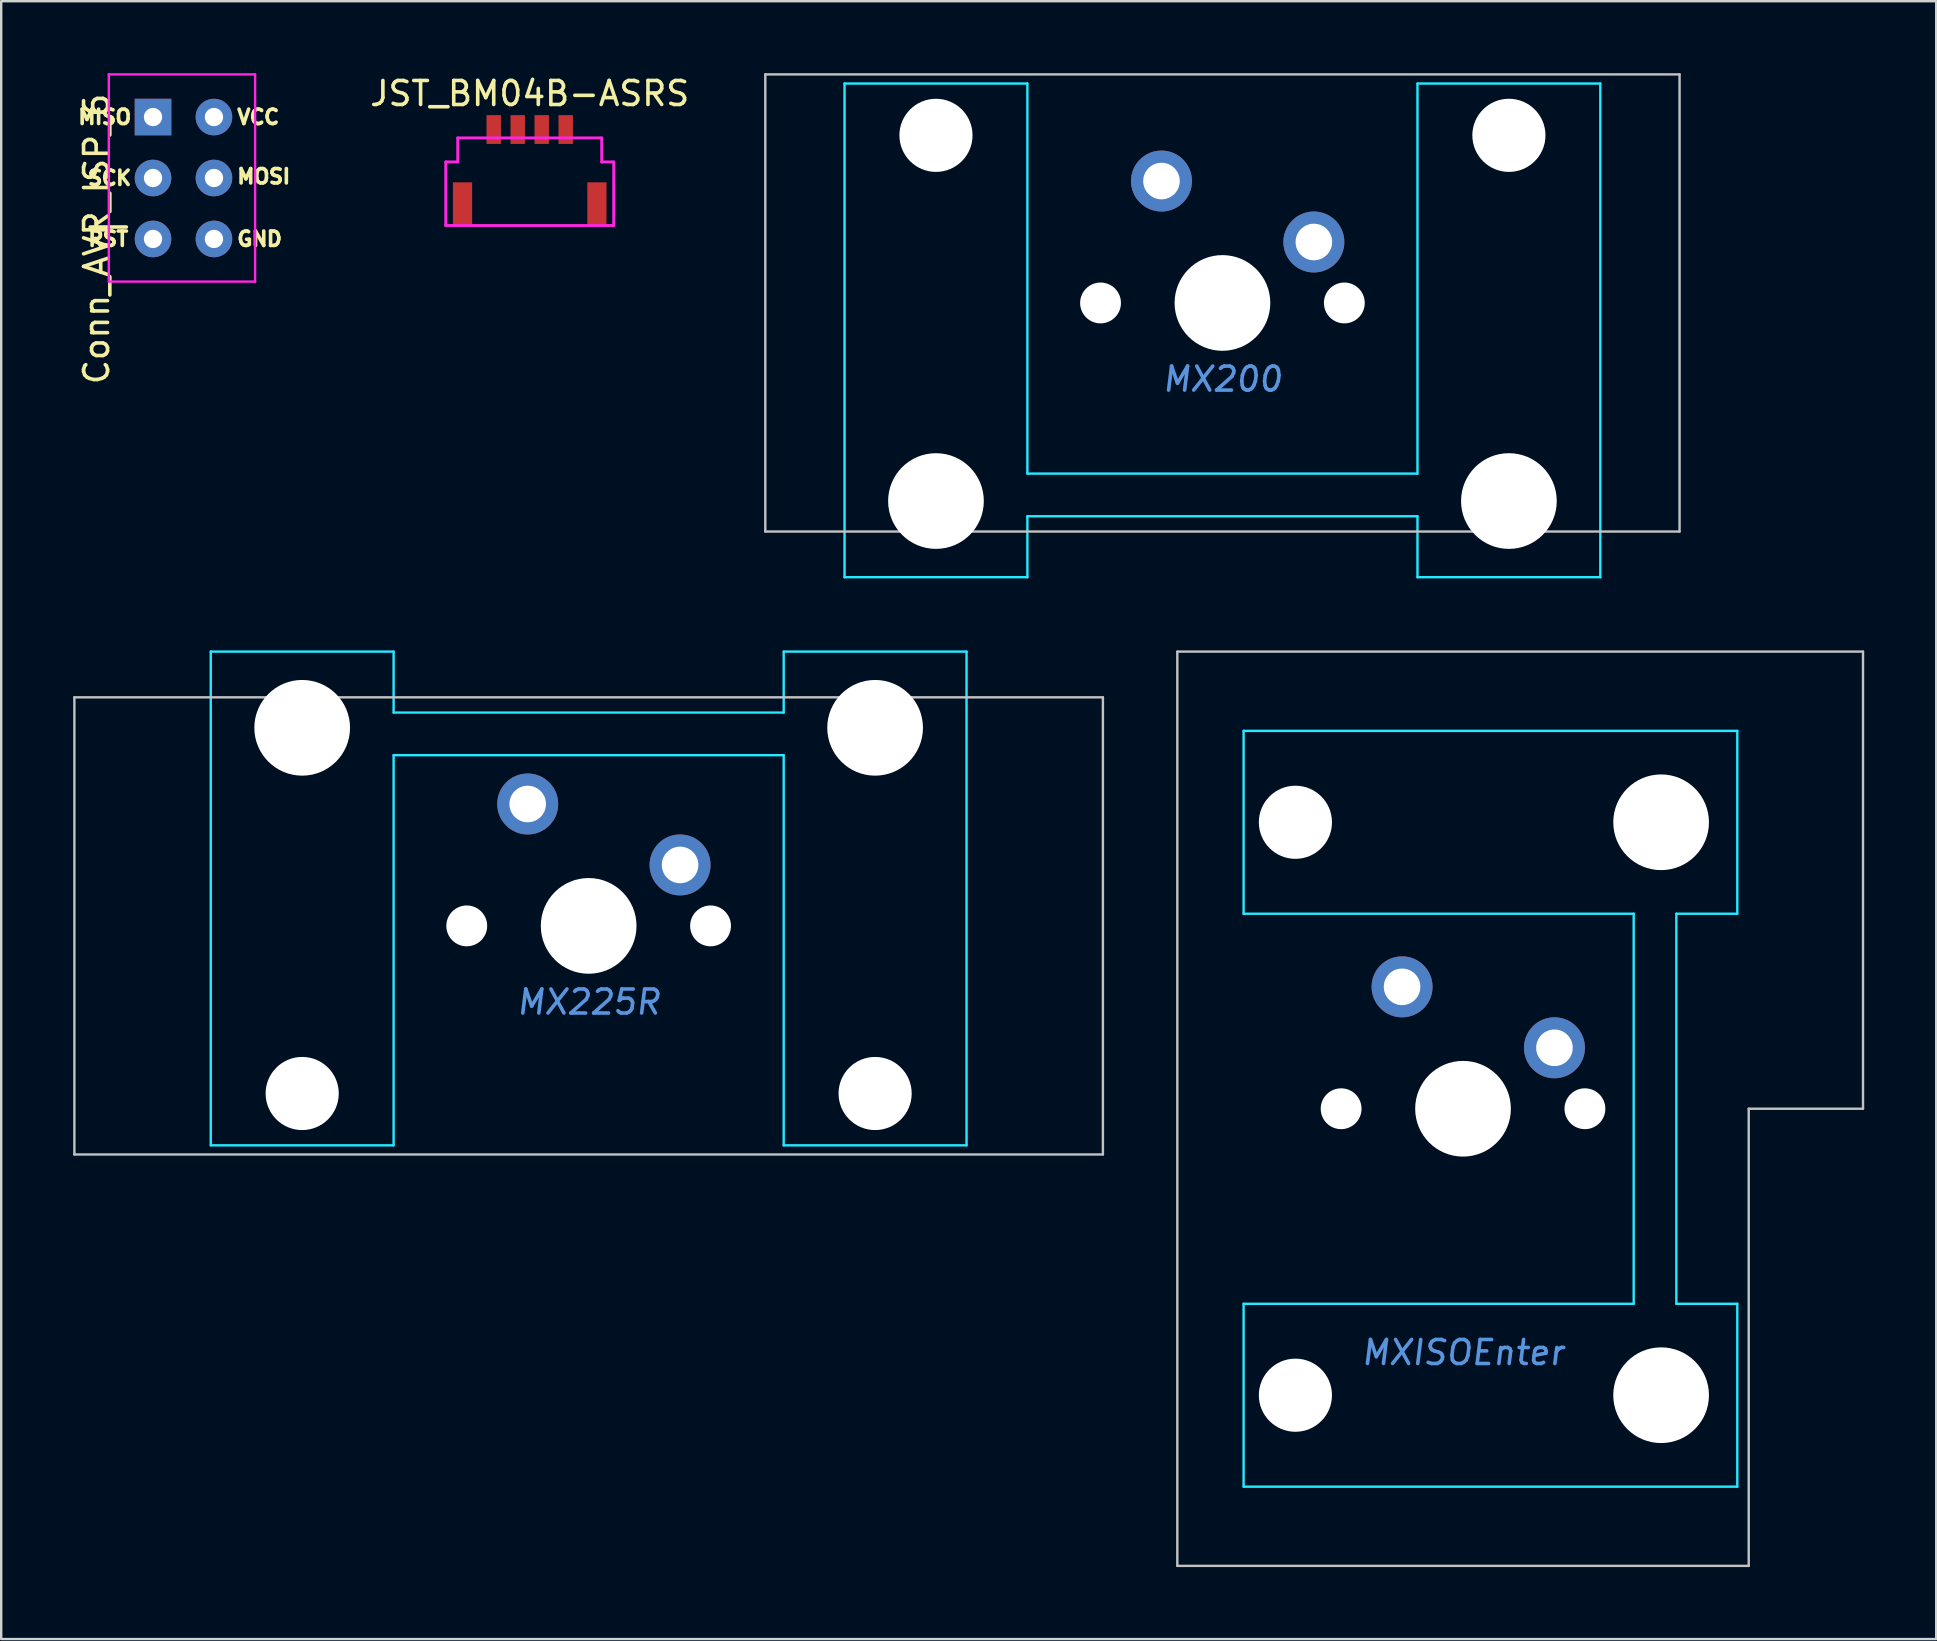
<source format=kicad_pcb>
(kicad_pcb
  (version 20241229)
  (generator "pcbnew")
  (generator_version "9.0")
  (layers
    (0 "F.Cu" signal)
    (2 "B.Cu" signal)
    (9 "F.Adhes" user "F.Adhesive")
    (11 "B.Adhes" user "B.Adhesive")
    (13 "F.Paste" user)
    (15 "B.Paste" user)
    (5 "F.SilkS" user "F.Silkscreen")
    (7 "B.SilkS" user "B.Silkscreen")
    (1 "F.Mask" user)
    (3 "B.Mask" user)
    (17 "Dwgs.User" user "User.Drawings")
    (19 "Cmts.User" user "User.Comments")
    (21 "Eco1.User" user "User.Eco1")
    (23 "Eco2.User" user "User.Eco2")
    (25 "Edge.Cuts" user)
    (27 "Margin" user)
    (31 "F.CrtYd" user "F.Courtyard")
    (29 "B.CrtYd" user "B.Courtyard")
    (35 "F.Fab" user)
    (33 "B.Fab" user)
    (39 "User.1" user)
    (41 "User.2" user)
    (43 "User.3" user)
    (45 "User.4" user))
  (footprint "Conn_AVR_ISP_6"
    (layer "F.Cu")
    (at 4.533 4.368)
    (property "Reference" "Conn_AVR_ISP_6" (at -3.556 2.54 90) (layer "F.SilkS") (effects (font (size 1 1) (thickness 0.15))))
    (attr through_hole)
    (fp_line (start -3.048 4.318) (end -3.048 -4.318) (stroke (width 0.1) (type solid)) (layer "F.CrtYd"))
    (fp_line (start -3.048 4.318) (end 3.048 4.318) (stroke (width 0.1) (type solid)) (layer "F.CrtYd"))
    (fp_line (start 3.048 -4.318) (end -3.048 -4.318) (stroke (width 0.1) (type solid)) (layer "F.CrtYd"))
    (fp_line (start 3.048 -4.318) (end 3.048 4.318) (stroke (width 0.1) (type solid)) (layer "F.CrtYd"))
    (fp_text user "VCC" (at 2.223 -2.54 0) (layer "F.SilkS") (effects (font (size 0.6 0.6) (thickness 0.15)) (justify left)))
    (fp_text user "~{RST}" (at -2.159 2.54 0) (layer "F.SilkS") (effects (font (size 0.6 0.6) (thickness 0.15)) (justify right)))
    (fp_text user "SCK" (at -2.032 0 0) (layer "F.SilkS") (effects (font (size 0.6 0.6) (thickness 0.15)) (justify right)))
    (fp_text user "MOSI" (at 2.223 -0.064 0) (layer "F.SilkS") (effects (font (size 0.6 0.6) (thickness 0.15)) (justify left)))
    (fp_text user "GND" (at 2.223 2.54 0) (layer "F.SilkS") (effects (font (size 0.6 0.6) (thickness 0.15)) (justify left)))
    (fp_text user "MISO" (at -2.032 -2.54 0) (layer "F.SilkS") (effects (font (size 0.6 0.6) (thickness 0.15)) (justify right)))
    (pad "1" thru_hole rect (at -1.206 -2.54) (size 1.524 1.524) (drill 0.762) (layers "*.Cu" "*.Mask"))
    (pad "2" thru_hole oval (at 1.333 -2.54) (size 1.524 1.524) (drill 0.762) (layers "*.Cu" "*.Mask"))
    (pad "3" thru_hole oval (at -1.206 0) (size 1.524 1.524) (drill 0.762) (layers "*.Cu" "*.Mask"))
    (pad "4" thru_hole oval (at 1.333 0) (size 1.524 1.524) (drill 0.762) (layers "*.Cu" "*.Mask"))
    (pad "5" thru_hole oval (at -1.206 2.54) (size 1.524 1.524) (drill 0.762) (layers "*.Cu" "*.Mask"))
    (pad "6" thru_hole oval (at 1.333 2.54) (size 1.524 1.524) (drill 0.762) (layers "*.Cu" "*.Mask")))
  (footprint "MX200"
    (layer "F.Cu")
    (at 47.893 9.575)
    (property "Reference" "MX200" (at 0 3.175 0) (layer "Cmts.User") (effects (font (size 1 1) (thickness 0.15) (italic yes))))
    (attr through_hole)
    (fp_line (start -19.05 -9.525) (end -19.05 9.525) (stroke (width 0.1) (type solid)) (layer "Dwgs.User"))
    (fp_line (start -19.05 -9.525) (end 19.05 -9.525) (stroke (width 0.1) (type solid)) (layer "Dwgs.User"))
    (fp_line (start -19.05 9.525) (end 19.05 9.525) (stroke (width 0.1) (type solid)) (layer "Dwgs.User"))
    (fp_line (start 19.05 -9.525) (end 19.05 9.525) (stroke (width 0.1) (type solid)) (layer "Dwgs.User"))
    (fp_line (start -15.748 -9.144) (end -8.128 -9.144) (stroke (width 0.1) (type solid)) (layer "B.CrtYd"))
    (fp_line (start -15.748 11.43) (end -15.748 -9.144) (stroke (width 0.1) (type solid)) (layer "B.CrtYd"))
    (fp_line (start -8.128 -9.144) (end -8.128 7.112) (stroke (width 0.1) (type solid)) (layer "B.CrtYd"))
    (fp_line (start -8.128 7.112) (end 8.128 7.112) (stroke (width 0.1) (type solid)) (layer "B.CrtYd"))
    (fp_line (start -8.128 8.89) (end 8.128 8.89) (stroke (width 0.1) (type solid)) (layer "B.CrtYd"))
    (fp_line (start -8.128 11.43) (end -15.748 11.43) (stroke (width 0.1) (type solid)) (layer "B.CrtYd"))
    (fp_line (start -8.128 11.43) (end -8.128 8.89) (stroke (width 0.1) (type solid)) (layer "B.CrtYd"))
    (fp_line (start 8.128 -9.144) (end 8.128 7.112) (stroke (width 0.1) (type solid)) (layer "B.CrtYd"))
    (fp_line (start 8.128 -9.144) (end 15.748 -9.144) (stroke (width 0.1) (type solid)) (layer "B.CrtYd"))
    (fp_line (start 8.128 11.43) (end 8.128 8.89) (stroke (width 0.1) (type solid)) (layer "B.CrtYd"))
    (fp_line (start 15.748 -9.144) (end 15.748 11.43) (stroke (width 0.1) (type solid)) (layer "B.CrtYd"))
    (fp_line (start 15.748 11.43) (end 8.128 11.43) (stroke (width 0.1) (type solid)) (layer "B.CrtYd"))
    (pad "" np_thru_hole circle (at -11.938 -6.985) (size 3.048 3.048) (drill 3.048) (layers "*.Cu" "*.Mask"))
    (pad "" np_thru_hole circle (at -11.938 8.255) (size 3.988 3.988) (drill 3.988) (layers "*.Cu" "*.Mask"))
    (pad "" np_thru_hole circle (at -5.08 0) (size 1.702 1.702) (drill 1.702) (layers "*.Cu" "*.Mask"))
    (pad "" connect circle (at -2.54 -5.08) (size 1.524 1.524) (layers "B.Mask"))
    (pad "" np_thru_hole circle (at 0 0) (size 3.988 3.988) (drill 3.988) (layers "*.Cu" "*.Mask"))
    (pad "" connect circle (at 3.81 -2.54) (size 1.524 1.524) (layers "B.Mask"))
    (pad "" np_thru_hole circle (at 5.08 0) (size 1.702 1.702) (drill 1.702) (layers "*.Cu" "*.Mask"))
    (pad "" np_thru_hole circle (at 11.938 -6.985) (size 3.048 3.048) (drill 3.048) (layers "*.Cu" "*.Mask"))
    (pad "" np_thru_hole circle (at 11.938 8.255) (size 3.988 3.988) (drill 3.988) (layers "*.Cu" "*.Mask"))
    (pad "1" thru_hole circle (at -2.54 -5.08) (size 2.54 2.54) (drill 1.524) (layers "*.Cu" "F.Mask"))
    (pad "2" thru_hole circle (at 3.81 -2.54) (size 2.54 2.54) (drill 1.524) (layers "*.Cu" "F.Mask")))
  (footprint "JST_BM04B-ASRS"
    (layer "F.Cu")
    (at 19.025 2.948)
    (property "Reference" "JST_BM04B-ASRS" (at 0 -2.1 0) (layer "F.SilkS") (effects (font (size 1 1) (thickness 0.15))))
    (attr smd)
    (fp_line (start -3.5 0.75) (end -3.5 3.4) (stroke (width 0.12) (type solid)) (layer "F.CrtYd"))
    (fp_line (start -3 -0.25) (end -3 0.75) (stroke (width 0.12) (type solid)) (layer "F.CrtYd"))
    (fp_line (start -3 -0.25) (end 3 -0.25) (stroke (width 0.12) (type solid)) (layer "F.CrtYd"))
    (fp_line (start -3 0.75) (end -3.5 0.75) (stroke (width 0.12) (type solid)) (layer "F.CrtYd"))
    (fp_line (start 3 -0.25) (end 3 0.75) (stroke (width 0.12) (type solid)) (layer "F.CrtYd"))
    (fp_line (start 3 0.75) (end 3.5 0.75) (stroke (width 0.12) (type solid)) (layer "F.CrtYd"))
    (fp_line (start 3.5 0.75) (end 3.5 3.4) (stroke (width 0.12) (type solid)) (layer "F.CrtYd"))
    (fp_line (start 3.5 3.4) (end -3.5 3.4) (stroke (width 0.12) (type solid)) (layer "F.CrtYd"))
    (pad "1" smd rect (at -1.5 -0.6) (size 0.6 1.2) (layers "F.Cu" "F.Mask" "F.Paste"))
    (pad "2" smd rect (at -0.5 -0.6) (size 0.6 1.2) (layers "F.Cu" "F.Mask" "F.Paste"))
    (pad "3" smd rect (at 0.5 -0.6) (size 0.6 1.2) (layers "F.Cu" "F.Mask" "F.Paste"))
    (pad "4" smd rect (at 1.5 -0.6) (size 0.6 1.2) (layers "F.Cu" "F.Mask" "F.Paste"))
    (pad "5" smd rect (at -2.8 2.5) (size 0.8 1.8) (layers "F.Cu" "F.Mask" "F.Paste"))
    (pad "5" smd rect (at 2.8 2.5) (size 0.8 1.8) (layers "F.Cu" "F.Mask" "F.Paste")))
  (footprint "MX225R"
    (layer "F.Cu")
    (at 21.481 35.535)
    (property "Reference" "MX225R" (at 0 3.175 0) (layer "Cmts.User") (effects (font (size 1 1) (thickness 0.15) (italic yes))))
    (attr through_hole)
    (fp_line (start -21.431 -9.525) (end -21.431 9.525) (stroke (width 0.1) (type solid)) (layer "Dwgs.User"))
    (fp_line (start -21.431 -9.525) (end 21.431 -9.525) (stroke (width 0.1) (type solid)) (layer "Dwgs.User"))
    (fp_line (start -21.431 9.525) (end 21.431 9.525) (stroke (width 0.1) (type solid)) (layer "Dwgs.User"))
    (fp_line (start 21.431 -9.525) (end 21.431 9.525) (stroke (width 0.1) (type solid)) (layer "Dwgs.User"))
    (fp_line (start -15.748 -11.43) (end -8.128 -11.43) (stroke (width 0.1) (type solid)) (layer "B.CrtYd"))
    (fp_line (start -15.748 9.144) (end -15.748 -11.43) (stroke (width 0.1) (type solid)) (layer "B.CrtYd"))
    (fp_line (start -8.128 -11.43) (end -8.128 -8.89) (stroke (width 0.1) (type solid)) (layer "B.CrtYd"))
    (fp_line (start -8.128 9.144) (end -15.748 9.144) (stroke (width 0.1) (type solid)) (layer "B.CrtYd"))
    (fp_line (start -8.128 9.144) (end -8.128 -7.112) (stroke (width 0.1) (type solid)) (layer "B.CrtYd"))
    (fp_line (start 8.128 -11.43) (end 8.128 -8.89) (stroke (width 0.1) (type solid)) (layer "B.CrtYd"))
    (fp_line (start 8.128 -11.43) (end 15.748 -11.43) (stroke (width 0.1) (type solid)) (layer "B.CrtYd"))
    (fp_line (start 8.128 -8.89) (end -8.128 -8.89) (stroke (width 0.1) (type solid)) (layer "B.CrtYd"))
    (fp_line (start 8.128 -7.112) (end -8.128 -7.112) (stroke (width 0.1) (type solid)) (layer "B.CrtYd"))
    (fp_line (start 8.128 9.144) (end 8.128 -7.112) (stroke (width 0.1) (type solid)) (layer "B.CrtYd"))
    (fp_line (start 15.748 -11.43) (end 15.748 9.144) (stroke (width 0.1) (type solid)) (layer "B.CrtYd"))
    (fp_line (start 15.748 9.144) (end 8.128 9.144) (stroke (width 0.1) (type solid)) (layer "B.CrtYd"))
    (pad "" np_thru_hole circle (at -11.938 -8.255 180) (size 3.988 3.988) (drill 3.988) (layers "*.Cu" "*.Mask"))
    (pad "" np_thru_hole circle (at -11.938 6.985 180) (size 3.048 3.048) (drill 3.048) (layers "*.Cu" "*.Mask"))
    (pad "" np_thru_hole circle (at -5.08 0) (size 1.702 1.702) (drill 1.702) (layers "*.Cu" "*.Mask"))
    (pad "" connect circle (at -2.54 -5.08) (size 1.524 1.524) (layers "B.Mask"))
    (pad "" np_thru_hole circle (at 0 0) (size 3.988 3.988) (drill 3.988) (layers "*.Cu" "*.Mask"))
    (pad "" connect circle (at 3.81 -2.54) (size 1.524 1.524) (layers "B.Mask"))
    (pad "" np_thru_hole circle (at 5.08 0) (size 1.702 1.702) (drill 1.702) (layers "*.Cu" "*.Mask"))
    (pad "" np_thru_hole circle (at 11.938 -8.255 180) (size 3.988 3.988) (drill 3.988) (layers "*.Cu" "*.Mask"))
    (pad "" np_thru_hole circle (at 11.938 6.985 180) (size 3.048 3.048) (drill 3.048) (layers "*.Cu" "*.Mask"))
    (pad "1" thru_hole circle (at -2.54 -5.08) (size 2.54 2.54) (drill 1.524) (layers "*.Cu" "F.Mask"))
    (pad "2" thru_hole circle (at 3.81 -2.54) (size 2.54 2.54) (drill 1.524) (layers "*.Cu" "F.Mask")))
  (footprint "MXISOEnter"
    (layer "F.Cu")
    (at 57.919 43.155)
    (property "Reference" "MXISOEnter" (at 0 10.16 0) (layer "Cmts.User") (effects (font (size 1 1) (thickness 0.15) (italic yes))))
    (attr through_hole)
    (fp_line (start -11.906 19.05) (end -11.906 -19.05) (stroke (width 0.1) (type solid)) (layer "Dwgs.User"))
    (fp_line (start 11.906 19.05) (end -11.906 19.05) (stroke (width 0.1) (type solid)) (layer "Dwgs.User"))
    (fp_line (start 11.906 19.05) (end 11.906 0) (stroke (width 0.1) (type solid)) (layer "Dwgs.User"))
    (fp_line (start 16.669 -19.05) (end -11.906 -19.05) (stroke (width 0.1) (type solid)) (layer "Dwgs.User"))
    (fp_line (start 16.669 0) (end 11.906 0) (stroke (width 0.1) (type solid)) (layer "Dwgs.User"))
    (fp_line (start 16.669 0) (end 16.669 -19.05) (stroke (width 0.1) (type solid)) (layer "Dwgs.User"))
    (fp_line (start -9.144 -15.748) (end 11.43 -15.748) (stroke (width 0.1) (type solid)) (layer "B.CrtYd"))
    (fp_line (start -9.144 -8.128) (end -9.144 -15.748) (stroke (width 0.1) (type solid)) (layer "B.CrtYd"))
    (fp_line (start -9.144 -8.128) (end 7.112 -8.128) (stroke (width 0.1) (type solid)) (layer "B.CrtYd"))
    (fp_line (start -9.144 8.128) (end 7.112 8.128) (stroke (width 0.1) (type solid)) (layer "B.CrtYd"))
    (fp_line (start -9.144 15.748) (end -9.144 8.128) (stroke (width 0.1) (type solid)) (layer "B.CrtYd"))
    (fp_line (start 7.112 8.128) (end 7.112 -8.128) (stroke (width 0.1) (type solid)) (layer "B.CrtYd"))
    (fp_line (start 8.89 8.128) (end 8.89 -8.128) (stroke (width 0.1) (type solid)) (layer "B.CrtYd"))
    (fp_line (start 11.43 -15.748) (end 11.43 -8.128) (stroke (width 0.1) (type solid)) (layer "B.CrtYd"))
    (fp_line (start 11.43 -8.128) (end 8.89 -8.128) (stroke (width 0.1) (type solid)) (layer "B.CrtYd"))
    (fp_line (start 11.43 8.128) (end 8.89 8.128) (stroke (width 0.1) (type solid)) (layer "B.CrtYd"))
    (fp_line (start 11.43 8.128) (end 11.43 15.748) (stroke (width 0.1) (type solid)) (layer "B.CrtYd"))
    (fp_line (start 11.43 15.748) (end -9.144 15.748) (stroke (width 0.1) (type solid)) (layer "B.CrtYd"))
    (pad "" np_thru_hole circle (at -6.985 -11.938 90) (size 3.048 3.048) (drill 3.048) (layers "*.Cu" "*.Mask"))
    (pad "" np_thru_hole circle (at -6.985 11.938 90) (size 3.048 3.048) (drill 3.048) (layers "*.Cu" "*.Mask"))
    (pad "" np_thru_hole circle (at -5.08 0) (size 1.702 1.702) (drill 1.702) (layers "*.Cu" "*.Mask"))
    (pad "" connect circle (at -2.54 -5.08) (size 1.524 1.524) (layers "B.Mask"))
    (pad "" np_thru_hole circle (at 0 0) (size 3.988 3.988) (drill 3.988) (layers "*.Cu" "*.Mask"))
    (pad "" connect circle (at 3.81 -2.54) (size 1.524 1.524) (layers "B.Mask"))
    (pad "" np_thru_hole circle (at 5.08 0) (size 1.702 1.702) (drill 1.702) (layers "*.Cu" "*.Mask"))
    (pad "" np_thru_hole circle (at 8.255 -11.938 90) (size 3.988 3.988) (drill 3.988) (layers "*.Cu" "*.Mask"))
    (pad "" np_thru_hole circle (at 8.255 11.938 90) (size 3.988 3.988) (drill 3.988) (layers "*.Cu" "*.Mask"))
    (pad "1" thru_hole circle (at -2.54 -5.08) (size 2.54 2.54) (drill 1.524) (layers "*.Cu" "F.Mask"))
    (pad "2" thru_hole circle (at 3.81 -2.54) (size 2.54 2.54) (drill 1.524) (layers "*.Cu" "F.Mask")))
  (gr_rect
    (start -3 -3)
    (end 77.638 65.255)
    (stroke (width 0.1) (type default))
    (fill no)
    (layer "Edge.Cuts")))
</source>
